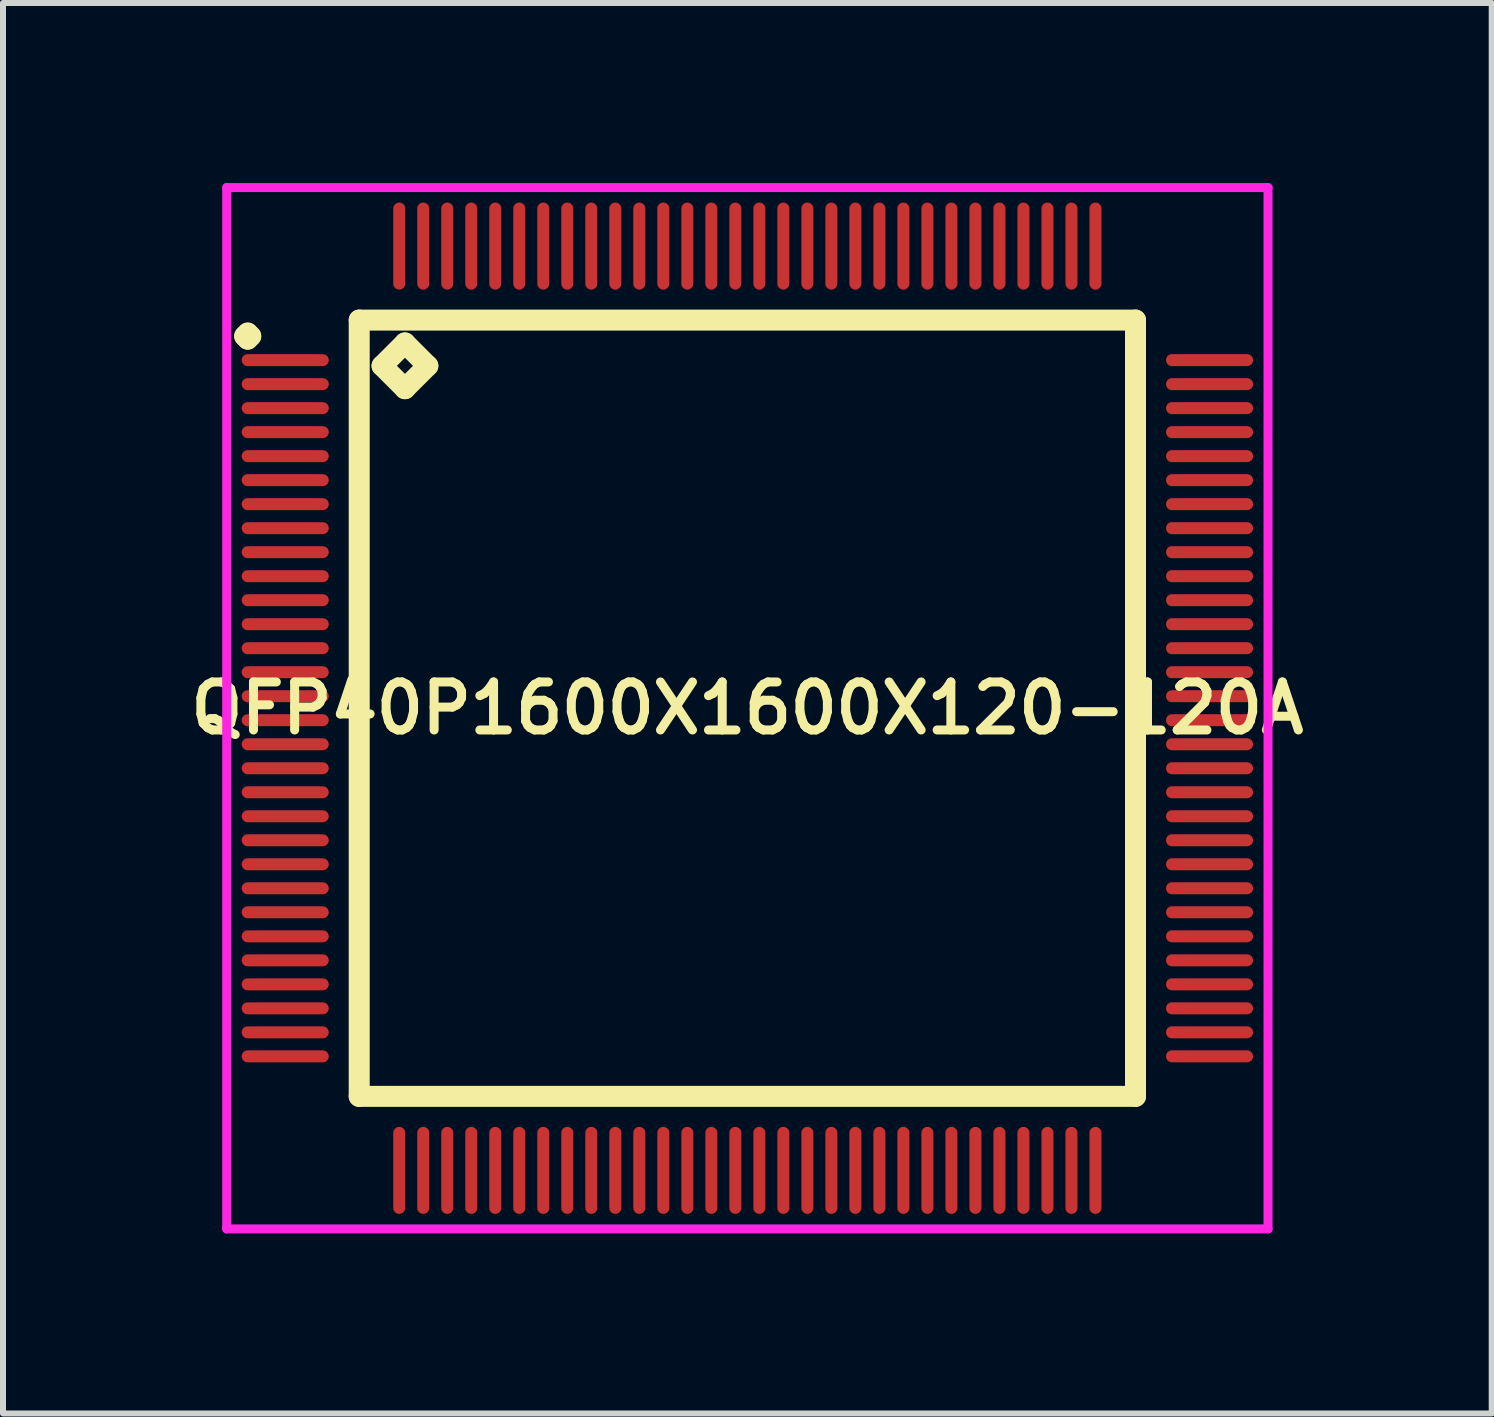
<source format=kicad_pcb>
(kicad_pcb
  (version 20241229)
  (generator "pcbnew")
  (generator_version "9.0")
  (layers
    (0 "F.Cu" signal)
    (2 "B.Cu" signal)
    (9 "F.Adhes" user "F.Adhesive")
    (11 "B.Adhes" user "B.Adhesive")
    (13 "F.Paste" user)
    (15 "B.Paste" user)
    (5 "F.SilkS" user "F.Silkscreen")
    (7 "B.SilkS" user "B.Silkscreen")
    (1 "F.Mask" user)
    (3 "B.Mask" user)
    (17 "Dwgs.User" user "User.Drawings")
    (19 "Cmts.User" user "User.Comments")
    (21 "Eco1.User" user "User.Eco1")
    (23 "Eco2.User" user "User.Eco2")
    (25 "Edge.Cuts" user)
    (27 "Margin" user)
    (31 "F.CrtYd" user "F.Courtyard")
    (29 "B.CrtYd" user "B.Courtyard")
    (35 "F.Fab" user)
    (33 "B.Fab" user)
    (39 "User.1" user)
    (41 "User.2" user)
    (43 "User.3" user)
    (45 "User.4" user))
  (footprint "QFP40P1600X1600X120-120A"
    (layer "F.Cu")
    (at 9.402 8.75)
    (property "Reference" "QFP40P1600X1600X120-120A" (at 0 0 0) (layer "F.SilkS") (effects (font (size 0.8 0.8) (thickness 0.15))))
    (attr smd)
    (fp_line (start -8.375 -6.2) (end -8.325 -6.25) (stroke (width 0.35) (type solid)) (layer "F.SilkS"))
    (fp_line (start -8.325 -6.25) (end -8.275 -6.2) (stroke (width 0.35) (type solid)) (layer "F.SilkS"))
    (fp_line (start -8.325 -6.15) (end -8.375 -6.2) (stroke (width 0.35) (type solid)) (layer "F.SilkS"))
    (fp_line (start -8.275 -6.2) (end -8.325 -6.15) (stroke (width 0.35) (type solid)) (layer "F.SilkS"))
    (fp_line (start -6.467 -6.467) (end -6.467 6.467) (stroke (width 0.35) (type solid)) (layer "F.SilkS"))
    (fp_line (start -6.467 6.467) (end 6.467 6.467) (stroke (width 0.35) (type solid)) (layer "F.SilkS"))
    (fp_line (start -6.086 -5.705) (end -5.705 -6.086) (stroke (width 0.35) (type solid)) (layer "F.SilkS"))
    (fp_line (start -5.705 -6.086) (end -5.324 -5.705) (stroke (width 0.35) (type solid)) (layer "F.SilkS"))
    (fp_line (start -5.705 -5.324) (end -6.086 -5.705) (stroke (width 0.35) (type solid)) (layer "F.SilkS"))
    (fp_line (start -5.324 -5.705) (end -5.705 -5.324) (stroke (width 0.35) (type solid)) (layer "F.SilkS"))
    (fp_line (start 6.467 -6.467) (end -6.467 -6.467) (stroke (width 0.35) (type solid)) (layer "F.SilkS"))
    (fp_line (start 6.467 6.467) (end 6.467 -6.467) (stroke (width 0.35) (type solid)) (layer "F.SilkS"))
    (fp_line (start -8.675 -8.675) (end 8.675 -8.675) (stroke (width 0.15) (type solid)) (layer "F.CrtYd"))
    (fp_line (start -8.675 8.675) (end -8.675 -8.675) (stroke (width 0.15) (type solid)) (layer "F.CrtYd"))
    (fp_line (start 8.675 -8.675) (end 8.675 8.675) (stroke (width 0.15) (type solid)) (layer "F.CrtYd"))
    (fp_line (start 8.675 8.675) (end -8.675 8.675) (stroke (width 0.15) (type solid)) (layer "F.CrtYd"))
    (pad "1" smd oval (at -7.7 -5.8) (size 1.45 0.2) (layers "F.Cu" "F.Mask" "F.Paste"))
    (pad "2" smd oval (at -7.7 -5.4) (size 1.45 0.2) (layers "F.Cu" "F.Mask" "F.Paste"))
    (pad "3" smd oval (at -7.7 -5) (size 1.45 0.2) (layers "F.Cu" "F.Mask" "F.Paste"))
    (pad "4" smd oval (at -7.7 -4.6) (size 1.45 0.2) (layers "F.Cu" "F.Mask" "F.Paste"))
    (pad "5" smd oval (at -7.7 -4.2) (size 1.45 0.2) (layers "F.Cu" "F.Mask" "F.Paste"))
    (pad "6" smd oval (at -7.7 -3.8) (size 1.45 0.2) (layers "F.Cu" "F.Mask" "F.Paste"))
    (pad "7" smd oval (at -7.7 -3.4) (size 1.45 0.2) (layers "F.Cu" "F.Mask" "F.Paste"))
    (pad "8" smd oval (at -7.7 -3) (size 1.45 0.2) (layers "F.Cu" "F.Mask" "F.Paste"))
    (pad "9" smd oval (at -7.7 -2.6) (size 1.45 0.2) (layers "F.Cu" "F.Mask" "F.Paste"))
    (pad "10" smd oval (at -7.7 -2.2) (size 1.45 0.2) (layers "F.Cu" "F.Mask" "F.Paste"))
    (pad "11" smd oval (at -7.7 -1.8) (size 1.45 0.2) (layers "F.Cu" "F.Mask" "F.Paste"))
    (pad "12" smd oval (at -7.7 -1.4) (size 1.45 0.2) (layers "F.Cu" "F.Mask" "F.Paste"))
    (pad "13" smd oval (at -7.7 -1) (size 1.45 0.2) (layers "F.Cu" "F.Mask" "F.Paste"))
    (pad "14" smd oval (at -7.7 -0.6) (size 1.45 0.2) (layers "F.Cu" "F.Mask" "F.Paste"))
    (pad "15" smd oval (at -7.7 -0.2) (size 1.45 0.2) (layers "F.Cu" "F.Mask" "F.Paste"))
    (pad "16" smd oval (at -7.7 0.2) (size 1.45 0.2) (layers "F.Cu" "F.Mask" "F.Paste"))
    (pad "17" smd oval (at -7.7 0.6) (size 1.45 0.2) (layers "F.Cu" "F.Mask" "F.Paste"))
    (pad "18" smd oval (at -7.7 1) (size 1.45 0.2) (layers "F.Cu" "F.Mask" "F.Paste"))
    (pad "19" smd oval (at -7.7 1.4) (size 1.45 0.2) (layers "F.Cu" "F.Mask" "F.Paste"))
    (pad "20" smd oval (at -7.7 1.8) (size 1.45 0.2) (layers "F.Cu" "F.Mask" "F.Paste"))
    (pad "21" smd oval (at -7.7 2.2) (size 1.45 0.2) (layers "F.Cu" "F.Mask" "F.Paste"))
    (pad "22" smd oval (at -7.7 2.6) (size 1.45 0.2) (layers "F.Cu" "F.Mask" "F.Paste"))
    (pad "23" smd oval (at -7.7 3) (size 1.45 0.2) (layers "F.Cu" "F.Mask" "F.Paste"))
    (pad "24" smd oval (at -7.7 3.4) (size 1.45 0.2) (layers "F.Cu" "F.Mask" "F.Paste"))
    (pad "25" smd oval (at -7.7 3.8) (size 1.45 0.2) (layers "F.Cu" "F.Mask" "F.Paste"))
    (pad "26" smd oval (at -7.7 4.2) (size 1.45 0.2) (layers "F.Cu" "F.Mask" "F.Paste"))
    (pad "27" smd oval (at -7.7 4.6) (size 1.45 0.2) (layers "F.Cu" "F.Mask" "F.Paste"))
    (pad "28" smd oval (at -7.7 5) (size 1.45 0.2) (layers "F.Cu" "F.Mask" "F.Paste"))
    (pad "29" smd oval (at -7.7 5.4) (size 1.45 0.2) (layers "F.Cu" "F.Mask" "F.Paste"))
    (pad "30" smd oval (at -7.7 5.8) (size 1.45 0.2) (layers "F.Cu" "F.Mask" "F.Paste"))
    (pad "31" smd oval (at -5.8 7.7) (size 0.2 1.45) (layers "F.Cu" "F.Mask" "F.Paste"))
    (pad "32" smd oval (at -5.4 7.7) (size 0.2 1.45) (layers "F.Cu" "F.Mask" "F.Paste"))
    (pad "33" smd oval (at -5 7.7) (size 0.2 1.45) (layers "F.Cu" "F.Mask" "F.Paste"))
    (pad "34" smd oval (at -4.6 7.7) (size 0.2 1.45) (layers "F.Cu" "F.Mask" "F.Paste"))
    (pad "35" smd oval (at -4.2 7.7) (size 0.2 1.45) (layers "F.Cu" "F.Mask" "F.Paste"))
    (pad "36" smd oval (at -3.8 7.7) (size 0.2 1.45) (layers "F.Cu" "F.Mask" "F.Paste"))
    (pad "37" smd oval (at -3.4 7.7) (size 0.2 1.45) (layers "F.Cu" "F.Mask" "F.Paste"))
    (pad "38" smd oval (at -3 7.7) (size 0.2 1.45) (layers "F.Cu" "F.Mask" "F.Paste"))
    (pad "39" smd oval (at -2.6 7.7) (size 0.2 1.45) (layers "F.Cu" "F.Mask" "F.Paste"))
    (pad "40" smd oval (at -2.2 7.7) (size 0.2 1.45) (layers "F.Cu" "F.Mask" "F.Paste"))
    (pad "41" smd oval (at -1.8 7.7) (size 0.2 1.45) (layers "F.Cu" "F.Mask" "F.Paste"))
    (pad "42" smd oval (at -1.4 7.7) (size 0.2 1.45) (layers "F.Cu" "F.Mask" "F.Paste"))
    (pad "43" smd oval (at -1 7.7) (size 0.2 1.45) (layers "F.Cu" "F.Mask" "F.Paste"))
    (pad "44" smd oval (at -0.6 7.7) (size 0.2 1.45) (layers "F.Cu" "F.Mask" "F.Paste"))
    (pad "45" smd oval (at -0.2 7.7) (size 0.2 1.45) (layers "F.Cu" "F.Mask" "F.Paste"))
    (pad "46" smd oval (at 0.2 7.7) (size 0.2 1.45) (layers "F.Cu" "F.Mask" "F.Paste"))
    (pad "47" smd oval (at 0.6 7.7) (size 0.2 1.45) (layers "F.Cu" "F.Mask" "F.Paste"))
    (pad "48" smd oval (at 1 7.7) (size 0.2 1.45) (layers "F.Cu" "F.Mask" "F.Paste"))
    (pad "49" smd oval (at 1.4 7.7) (size 0.2 1.45) (layers "F.Cu" "F.Mask" "F.Paste"))
    (pad "50" smd oval (at 1.8 7.7) (size 0.2 1.45) (layers "F.Cu" "F.Mask" "F.Paste"))
    (pad "51" smd oval (at 2.2 7.7) (size 0.2 1.45) (layers "F.Cu" "F.Mask" "F.Paste"))
    (pad "52" smd oval (at 2.6 7.7) (size 0.2 1.45) (layers "F.Cu" "F.Mask" "F.Paste"))
    (pad "53" smd oval (at 3 7.7) (size 0.2 1.45) (layers "F.Cu" "F.Mask" "F.Paste"))
    (pad "54" smd oval (at 3.4 7.7) (size 0.2 1.45) (layers "F.Cu" "F.Mask" "F.Paste"))
    (pad "55" smd oval (at 3.8 7.7) (size 0.2 1.45) (layers "F.Cu" "F.Mask" "F.Paste"))
    (pad "56" smd oval (at 4.2 7.7) (size 0.2 1.45) (layers "F.Cu" "F.Mask" "F.Paste"))
    (pad "57" smd oval (at 4.6 7.7) (size 0.2 1.45) (layers "F.Cu" "F.Mask" "F.Paste"))
    (pad "58" smd oval (at 5 7.7) (size 0.2 1.45) (layers "F.Cu" "F.Mask" "F.Paste"))
    (pad "59" smd oval (at 5.4 7.7) (size 0.2 1.45) (layers "F.Cu" "F.Mask" "F.Paste"))
    (pad "60" smd oval (at 5.8 7.7) (size 0.2 1.45) (layers "F.Cu" "F.Mask" "F.Paste"))
    (pad "61" smd oval (at 7.7 5.8) (size 1.45 0.2) (layers "F.Cu" "F.Mask" "F.Paste"))
    (pad "62" smd oval (at 7.7 5.4) (size 1.45 0.2) (layers "F.Cu" "F.Mask" "F.Paste"))
    (pad "63" smd oval (at 7.7 5) (size 1.45 0.2) (layers "F.Cu" "F.Mask" "F.Paste"))
    (pad "64" smd oval (at 7.7 4.6) (size 1.45 0.2) (layers "F.Cu" "F.Mask" "F.Paste"))
    (pad "65" smd oval (at 7.7 4.2) (size 1.45 0.2) (layers "F.Cu" "F.Mask" "F.Paste"))
    (pad "66" smd oval (at 7.7 3.8) (size 1.45 0.2) (layers "F.Cu" "F.Mask" "F.Paste"))
    (pad "67" smd oval (at 7.7 3.4) (size 1.45 0.2) (layers "F.Cu" "F.Mask" "F.Paste"))
    (pad "68" smd oval (at 7.7 3) (size 1.45 0.2) (layers "F.Cu" "F.Mask" "F.Paste"))
    (pad "69" smd oval (at 7.7 2.6) (size 1.45 0.2) (layers "F.Cu" "F.Mask" "F.Paste"))
    (pad "70" smd oval (at 7.7 2.2) (size 1.45 0.2) (layers "F.Cu" "F.Mask" "F.Paste"))
    (pad "71" smd oval (at 7.7 1.8) (size 1.45 0.2) (layers "F.Cu" "F.Mask" "F.Paste"))
    (pad "72" smd oval (at 7.7 1.4) (size 1.45 0.2) (layers "F.Cu" "F.Mask" "F.Paste"))
    (pad "73" smd oval (at 7.7 1) (size 1.45 0.2) (layers "F.Cu" "F.Mask" "F.Paste"))
    (pad "74" smd oval (at 7.7 0.6) (size 1.45 0.2) (layers "F.Cu" "F.Mask" "F.Paste"))
    (pad "75" smd oval (at 7.7 0.2) (size 1.45 0.2) (layers "F.Cu" "F.Mask" "F.Paste"))
    (pad "76" smd oval (at 7.7 -0.2) (size 1.45 0.2) (layers "F.Cu" "F.Mask" "F.Paste"))
    (pad "77" smd oval (at 7.7 -0.6) (size 1.45 0.2) (layers "F.Cu" "F.Mask" "F.Paste"))
    (pad "78" smd oval (at 7.7 -1) (size 1.45 0.2) (layers "F.Cu" "F.Mask" "F.Paste"))
    (pad "79" smd oval (at 7.7 -1.4) (size 1.45 0.2) (layers "F.Cu" "F.Mask" "F.Paste"))
    (pad "80" smd oval (at 7.7 -1.8) (size 1.45 0.2) (layers "F.Cu" "F.Mask" "F.Paste"))
    (pad "81" smd oval (at 7.7 -2.2) (size 1.45 0.2) (layers "F.Cu" "F.Mask" "F.Paste"))
    (pad "82" smd oval (at 7.7 -2.6) (size 1.45 0.2) (layers "F.Cu" "F.Mask" "F.Paste"))
    (pad "83" smd oval (at 7.7 -3) (size 1.45 0.2) (layers "F.Cu" "F.Mask" "F.Paste"))
    (pad "84" smd oval (at 7.7 -3.4) (size 1.45 0.2) (layers "F.Cu" "F.Mask" "F.Paste"))
    (pad "85" smd oval (at 7.7 -3.8) (size 1.45 0.2) (layers "F.Cu" "F.Mask" "F.Paste"))
    (pad "86" smd oval (at 7.7 -4.2) (size 1.45 0.2) (layers "F.Cu" "F.Mask" "F.Paste"))
    (pad "87" smd oval (at 7.7 -4.6) (size 1.45 0.2) (layers "F.Cu" "F.Mask" "F.Paste"))
    (pad "88" smd oval (at 7.7 -5) (size 1.45 0.2) (layers "F.Cu" "F.Mask" "F.Paste"))
    (pad "89" smd oval (at 7.7 -5.4) (size 1.45 0.2) (layers "F.Cu" "F.Mask" "F.Paste"))
    (pad "90" smd oval (at 7.7 -5.8) (size 1.45 0.2) (layers "F.Cu" "F.Mask" "F.Paste"))
    (pad "91" smd oval (at 5.8 -7.7) (size 0.2 1.45) (layers "F.Cu" "F.Mask" "F.Paste"))
    (pad "92" smd oval (at 5.4 -7.7) (size 0.2 1.45) (layers "F.Cu" "F.Mask" "F.Paste"))
    (pad "93" smd oval (at 5 -7.7) (size 0.2 1.45) (layers "F.Cu" "F.Mask" "F.Paste"))
    (pad "94" smd oval (at 4.6 -7.7) (size 0.2 1.45) (layers "F.Cu" "F.Mask" "F.Paste"))
    (pad "95" smd oval (at 4.2 -7.7) (size 0.2 1.45) (layers "F.Cu" "F.Mask" "F.Paste"))
    (pad "96" smd oval (at 3.8 -7.7) (size 0.2 1.45) (layers "F.Cu" "F.Mask" "F.Paste"))
    (pad "97" smd oval (at 3.4 -7.7) (size 0.2 1.45) (layers "F.Cu" "F.Mask" "F.Paste"))
    (pad "98" smd oval (at 3 -7.7) (size 0.2 1.45) (layers "F.Cu" "F.Mask" "F.Paste"))
    (pad "99" smd oval (at 2.6 -7.7) (size 0.2 1.45) (layers "F.Cu" "F.Mask" "F.Paste"))
    (pad "100" smd oval (at 2.2 -7.7) (size 0.2 1.45) (layers "F.Cu" "F.Mask" "F.Paste"))
    (pad "101" smd oval (at 1.8 -7.7) (size 0.2 1.45) (layers "F.Cu" "F.Mask" "F.Paste"))
    (pad "102" smd oval (at 1.4 -7.7) (size 0.2 1.45) (layers "F.Cu" "F.Mask" "F.Paste"))
    (pad "103" smd oval (at 1 -7.7) (size 0.2 1.45) (layers "F.Cu" "F.Mask" "F.Paste"))
    (pad "104" smd oval (at 0.6 -7.7) (size 0.2 1.45) (layers "F.Cu" "F.Mask" "F.Paste"))
    (pad "105" smd oval (at 0.2 -7.7) (size 0.2 1.45) (layers "F.Cu" "F.Mask" "F.Paste"))
    (pad "106" smd oval (at -0.2 -7.7) (size 0.2 1.45) (layers "F.Cu" "F.Mask" "F.Paste"))
    (pad "107" smd oval (at -0.6 -7.7) (size 0.2 1.45) (layers "F.Cu" "F.Mask" "F.Paste"))
    (pad "108" smd oval (at -1 -7.7) (size 0.2 1.45) (layers "F.Cu" "F.Mask" "F.Paste"))
    (pad "109" smd oval (at -1.4 -7.7) (size 0.2 1.45) (layers "F.Cu" "F.Mask" "F.Paste"))
    (pad "110" smd oval (at -1.8 -7.7) (size 0.2 1.45) (layers "F.Cu" "F.Mask" "F.Paste"))
    (pad "111" smd oval (at -2.2 -7.7) (size 0.2 1.45) (layers "F.Cu" "F.Mask" "F.Paste"))
    (pad "112" smd oval (at -2.6 -7.7) (size 0.2 1.45) (layers "F.Cu" "F.Mask" "F.Paste"))
    (pad "113" smd oval (at -3 -7.7) (size 0.2 1.45) (layers "F.Cu" "F.Mask" "F.Paste"))
    (pad "114" smd oval (at -3.4 -7.7) (size 0.2 1.45) (layers "F.Cu" "F.Mask" "F.Paste"))
    (pad "115" smd oval (at -3.8 -7.7) (size 0.2 1.45) (layers "F.Cu" "F.Mask" "F.Paste"))
    (pad "116" smd oval (at -4.2 -7.7) (size 0.2 1.45) (layers "F.Cu" "F.Mask" "F.Paste"))
    (pad "117" smd oval (at -4.6 -7.7) (size 0.2 1.45) (layers "F.Cu" "F.Mask" "F.Paste"))
    (pad "118" smd oval (at -5 -7.7) (size 0.2 1.45) (layers "F.Cu" "F.Mask" "F.Paste"))
    (pad "119" smd oval (at -5.4 -7.7) (size 0.2 1.45) (layers "F.Cu" "F.Mask" "F.Paste"))
    (pad "120" smd oval (at -5.8 -7.7) (size 0.2 1.45) (layers "F.Cu" "F.Mask" "F.Paste")))
  (gr_rect
    (start -3 -3)
    (end 21.804 20.5)
    (stroke (width 0.1) (type default))
    (fill no)
    (layer "Edge.Cuts")))
</source>
